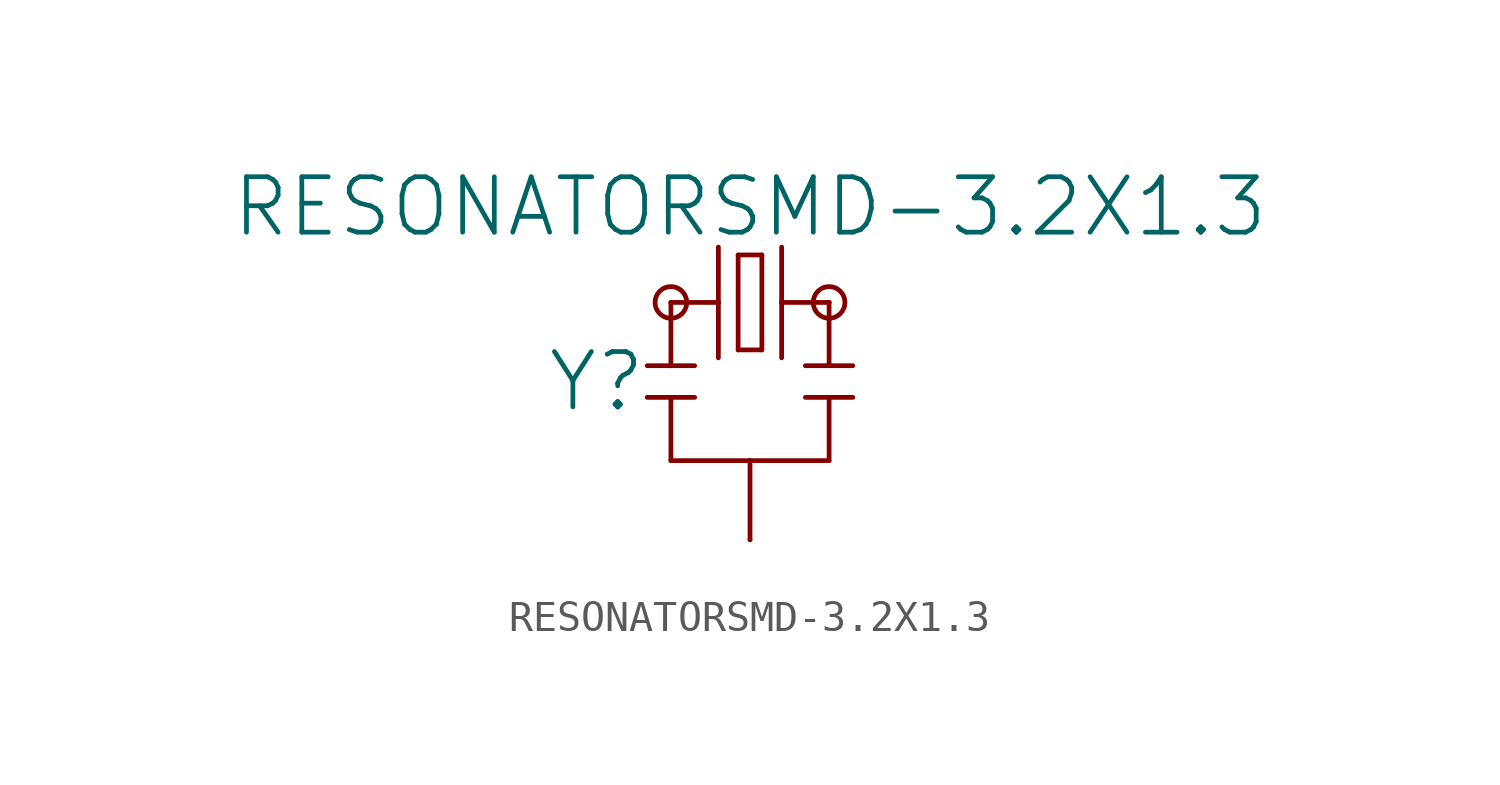
<source format=kicad_sym>
(kicad_symbol_lib
  (version 20211014)
  (generator kicad_symbol_editor)
  (symbol "RESONATORSMD-3.2X1.3"
    (property "Reference" "Y"
      (at -3.302 -2.54 0)
      (effects (font (size 1.778 1.778)) (justify right)))
    (property "Value" "RESONATORSMD-3.2X1.3"
      (at 0 2.032 0)
      (effects (font (size 1.778 1.778)) (justify bottom)))
    (property "ki_locked" ""
      (at 0 0 0)
      (effects (font (size 1.27 1.27))))
    (symbol "RESONATORSMD-3.2X1.3_1_0"
      (circle (center -2.54 0) (radius 0.508) (stroke (width 0) (type default) (color 0 0 0 0)) (fill (type none)))
      (polyline (pts (xy -2.54 -3.048) (xy -3.302 -3.048)) (stroke (width 0.152) (type default) (color 0 0 0 0)) (fill (type none)))
      (polyline (pts (xy -2.54 -3.048) (xy -2.54 -5.08)) (stroke (width 0.152) (type default) (color 0 0 0 0)) (fill (type none)))
      (polyline (pts (xy -2.54 -2.032) (xy -3.302 -2.032)) (stroke (width 0.152) (type default) (color 0 0 0 0)) (fill (type none)))
      (polyline (pts (xy -2.54 -2.032) (xy -2.54 0)) (stroke (width 0.152) (type default) (color 0 0 0 0)) (fill (type none)))
      (polyline (pts (xy -2.54 0) (xy -1.016 0)) (stroke (width 0.152) (type default) (color 0 0 0 0)) (fill (type none)))
      (polyline (pts (xy -1.778 -3.048) (xy -2.54 -3.048)) (stroke (width 0.152) (type default) (color 0 0 0 0)) (fill (type none)))
      (polyline (pts (xy -1.778 -2.032) (xy -2.54 -2.032)) (stroke (width 0.152) (type default) (color 0 0 0 0)) (fill (type none)))
      (polyline (pts (xy -1.016 0) (xy -1.016 -1.778)) (stroke (width 0.152) (type default) (color 0 0 0 0)) (fill (type none)))
      (polyline (pts (xy -1.016 1.778) (xy -1.016 0)) (stroke (width 0.152) (type default) (color 0 0 0 0)) (fill (type none)))
      (polyline (pts (xy -0.381 -1.524) (xy 0.381 -1.524)) (stroke (width 0.152) (type default) (color 0 0 0 0)) (fill (type none)))
      (polyline (pts (xy -0.381 1.524) (xy -0.381 -1.524)) (stroke (width 0.152) (type default) (color 0 0 0 0)) (fill (type none)))
      (polyline (pts (xy 0 -5.08) (xy -2.54 -5.08)) (stroke (width 0.152) (type default) (color 0 0 0 0)) (fill (type none)))
      (polyline (pts (xy 0 -5.08) (xy 0 -7.62)) (stroke (width 0.152) (type default) (color 0 0 0 0)) (fill (type none)))
      (polyline (pts (xy 0.381 -1.524) (xy 0.381 1.524)) (stroke (width 0.152) (type default) (color 0 0 0 0)) (fill (type none)))
      (polyline (pts (xy 0.381 1.524) (xy -0.381 1.524)) (stroke (width 0.152) (type default) (color 0 0 0 0)) (fill (type none)))
      (polyline (pts (xy 1.016 0) (xy 1.016 -1.778)) (stroke (width 0.152) (type default) (color 0 0 0 0)) (fill (type none)))
      (polyline (pts (xy 1.016 0) (xy 2.54 0)) (stroke (width 0.152) (type default) (color 0 0 0 0)) (fill (type none)))
      (polyline (pts (xy 1.016 1.778) (xy 1.016 0)) (stroke (width 0.152) (type default) (color 0 0 0 0)) (fill (type none)))
      (polyline (pts (xy 2.54 -5.08) (xy 0 -5.08)) (stroke (width 0.152) (type default) (color 0 0 0 0)) (fill (type none)))
      (polyline (pts (xy 2.54 -3.048) (xy 1.778 -3.048)) (stroke (width 0.152) (type default) (color 0 0 0 0)) (fill (type none)))
      (polyline (pts (xy 2.54 -3.048) (xy 2.54 -5.08)) (stroke (width 0.152) (type default) (color 0 0 0 0)) (fill (type none)))
      (polyline (pts (xy 2.54 -2.032) (xy 1.778 -2.032)) (stroke (width 0.152) (type default) (color 0 0 0 0)) (fill (type none)))
      (polyline (pts (xy 2.54 0) (xy 2.54 -2.032)) (stroke (width 0.152) (type default) (color 0 0 0 0)) (fill (type none)))
      (polyline (pts (xy 3.302 -3.048) (xy 2.54 -3.048)) (stroke (width 0.152) (type default) (color 0 0 0 0)) (fill (type none)))
      (polyline (pts (xy 3.302 -2.032) (xy 2.54 -2.032)) (stroke (width 0.152) (type default) (color 0 0 0 0)) (fill (type none)))
      (circle (center 2.54 0) (radius 0.508) (stroke (width 0) (type default) (color 0 0 0 0)) (fill (type none)))
      (pin passive line (at -2.54 0 0) (length 0) (name "1" (effects (font (size 0 0)))) (number "1" (effects (font (size 0 0)))))
      (pin passive line (at 0 -7.62 90) (length 0) (name "2" (effects (font (size 0 0)))) (number "2" (effects (font (size 0 0)))))
      (pin passive line (at 2.54 0 180) (length 0) (name "3" (effects (font (size 0 0)))) (number "3" (effects (font (size 0 0))))))))
</source>
